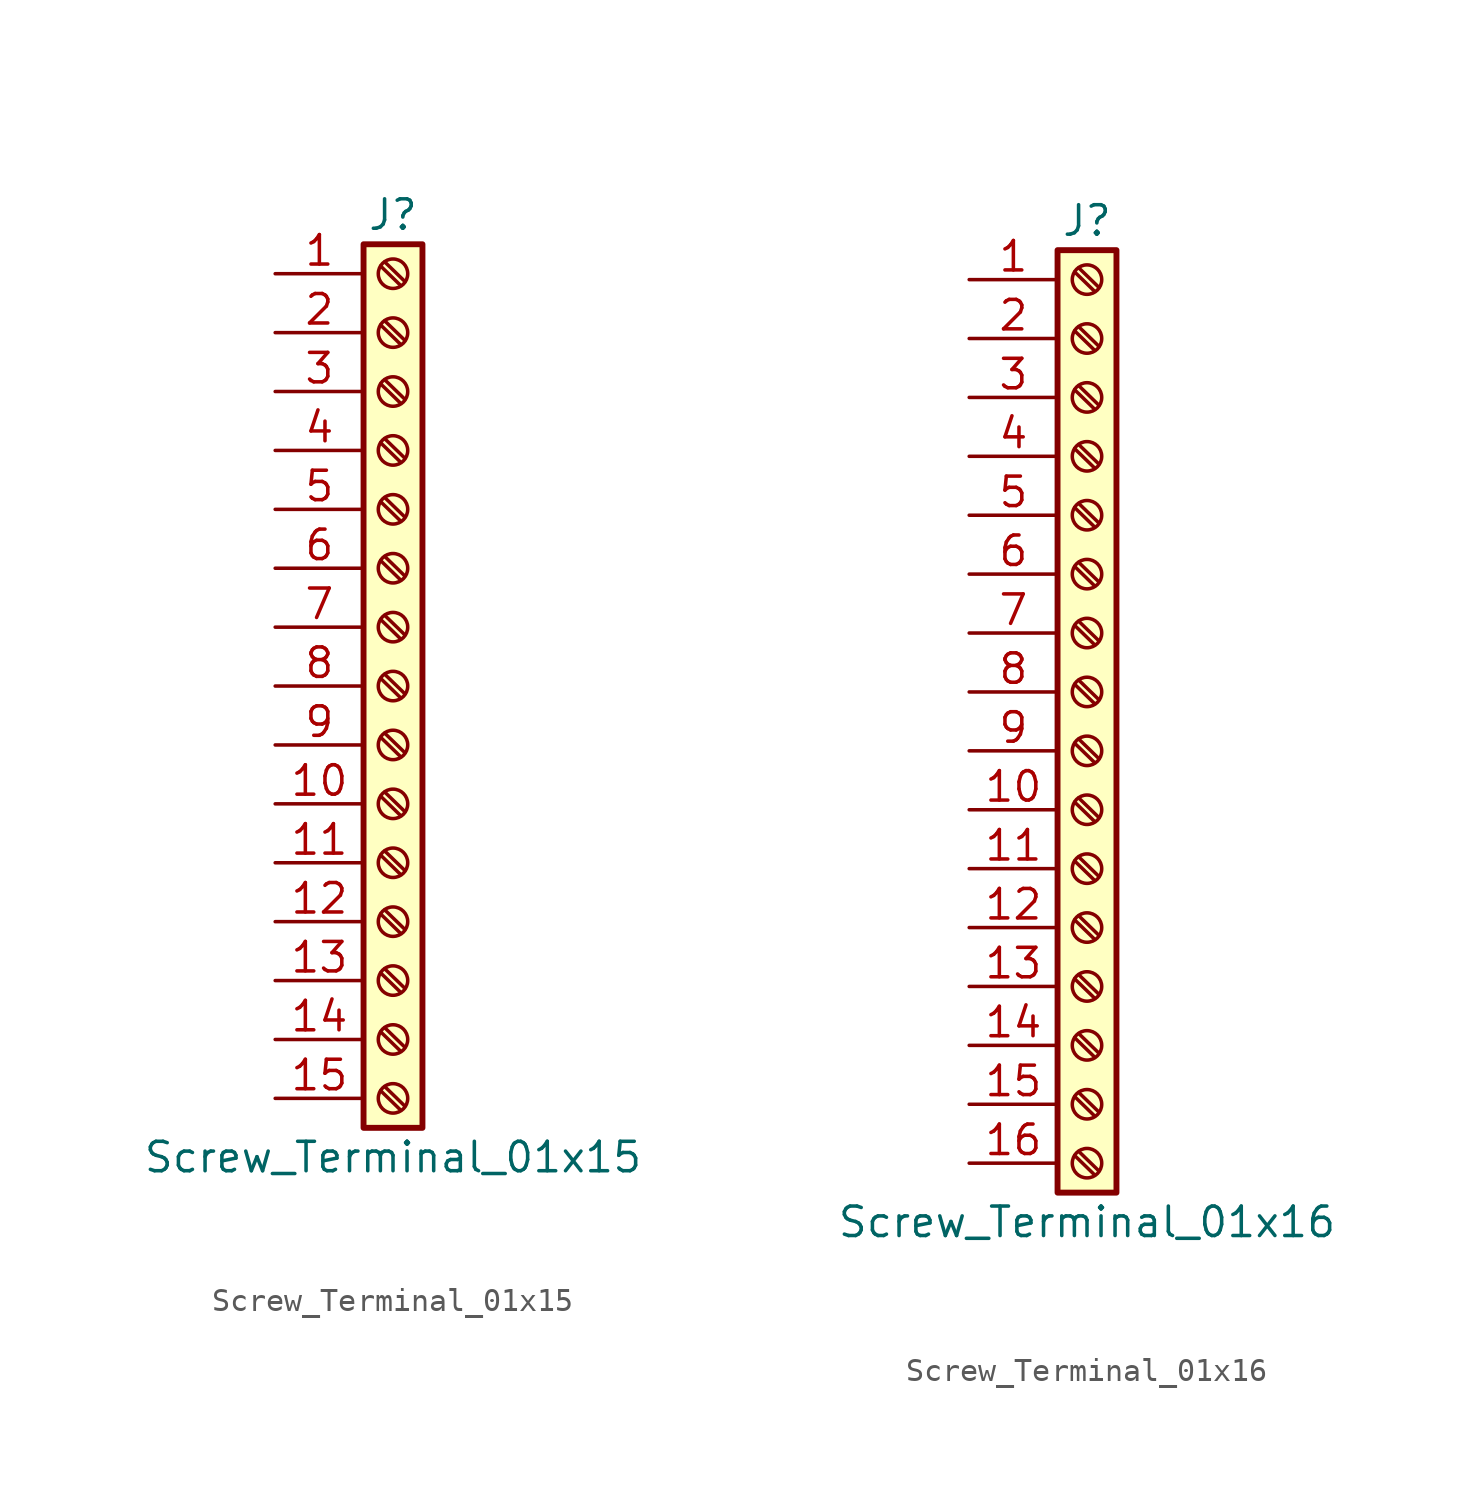
<source format=kicad_sym>
(kicad_symbol_lib
  (version 20220914)
  (generator kicad_symbol_editor)
  (symbol "Screw_Terminal_01x15"
    (pin_names
      (offset 1.016) hide)
    (property "Reference" "J"
      (at 0 20.32 0)
      (effects (font (size 1.27 1.27))))
    (property "Value" "Screw_Terminal_01x15"
      (at 0 -20.32 0)
      (effects (font (size 1.27 1.27))))
    (symbol "Screw_Terminal_01x15_1_1"
      (rectangle (start -1.27 19.05) (end 1.27 -19.05) (stroke (width 0.254) (type solid)) (fill (type background)))
      (circle (center 0 -17.78) (radius 0.635) (stroke (width 0.152) (type solid)) (fill (type none)))
      (circle (center 0 -15.24) (radius 0.635) (stroke (width 0.152) (type solid)) (fill (type none)))
      (circle (center 0 -12.7) (radius 0.635) (stroke (width 0.152) (type solid)) (fill (type none)))
      (circle (center 0 -10.16) (radius 0.635) (stroke (width 0.152) (type solid)) (fill (type none)))
      (circle (center 0 -7.62) (radius 0.635) (stroke (width 0.152) (type solid)) (fill (type none)))
      (circle (center 0 -5.08) (radius 0.635) (stroke (width 0.152) (type solid)) (fill (type none)))
      (circle (center 0 -2.54) (radius 0.635) (stroke (width 0.152) (type solid)) (fill (type none)))
      (polyline (pts (xy -0.533 -17.45) (xy 0.33 -18.288)) (stroke (width 0.152) (type solid)) (fill (type none)))
      (polyline (pts (xy -0.533 -14.91) (xy 0.33 -15.748)) (stroke (width 0.152) (type solid)) (fill (type none)))
      (polyline (pts (xy -0.533 -12.37) (xy 0.33 -13.208)) (stroke (width 0.152) (type solid)) (fill (type none)))
      (polyline (pts (xy -0.533 -9.83) (xy 0.33 -10.668)) (stroke (width 0.152) (type solid)) (fill (type none)))
      (polyline (pts (xy -0.533 -7.29) (xy 0.33 -8.128)) (stroke (width 0.152) (type solid)) (fill (type none)))
      (polyline (pts (xy -0.533 -4.75) (xy 0.33 -5.588)) (stroke (width 0.152) (type solid)) (fill (type none)))
      (polyline (pts (xy -0.533 -2.21) (xy 0.33 -3.048)) (stroke (width 0.152) (type solid)) (fill (type none)))
      (polyline (pts (xy -0.533 0.33) (xy 0.33 -0.508)) (stroke (width 0.152) (type solid)) (fill (type none)))
      (polyline (pts (xy -0.533 2.87) (xy 0.33 2.032)) (stroke (width 0.152) (type solid)) (fill (type none)))
      (polyline (pts (xy -0.533 5.41) (xy 0.33 4.572)) (stroke (width 0.152) (type solid)) (fill (type none)))
      (polyline (pts (xy -0.533 7.95) (xy 0.33 7.112)) (stroke (width 0.152) (type solid)) (fill (type none)))
      (polyline (pts (xy -0.533 10.49) (xy 0.33 9.652)) (stroke (width 0.152) (type solid)) (fill (type none)))
      (polyline (pts (xy -0.533 13.03) (xy 0.33 12.192)) (stroke (width 0.152) (type solid)) (fill (type none)))
      (polyline (pts (xy -0.533 15.57) (xy 0.33 14.732)) (stroke (width 0.152) (type solid)) (fill (type none)))
      (polyline (pts (xy -0.533 18.11) (xy 0.33 17.272)) (stroke (width 0.152) (type solid)) (fill (type none)))
      (polyline (pts (xy -0.356 -17.272) (xy 0.508 -18.11)) (stroke (width 0.152) (type solid)) (fill (type none)))
      (polyline (pts (xy -0.356 -14.732) (xy 0.508 -15.57)) (stroke (width 0.152) (type solid)) (fill (type none)))
      (polyline (pts (xy -0.356 -12.192) (xy 0.508 -13.03)) (stroke (width 0.152) (type solid)) (fill (type none)))
      (polyline (pts (xy -0.356 -9.652) (xy 0.508 -10.49)) (stroke (width 0.152) (type solid)) (fill (type none)))
      (polyline (pts (xy -0.356 -7.112) (xy 0.508 -7.95)) (stroke (width 0.152) (type solid)) (fill (type none)))
      (polyline (pts (xy -0.356 -4.572) (xy 0.508 -5.41)) (stroke (width 0.152) (type solid)) (fill (type none)))
      (polyline (pts (xy -0.356 -2.032) (xy 0.508 -2.87)) (stroke (width 0.152) (type solid)) (fill (type none)))
      (polyline (pts (xy -0.356 0.508) (xy 0.508 -0.33)) (stroke (width 0.152) (type solid)) (fill (type none)))
      (polyline (pts (xy -0.356 3.048) (xy 0.508 2.21)) (stroke (width 0.152) (type solid)) (fill (type none)))
      (polyline (pts (xy -0.356 5.588) (xy 0.508 4.75)) (stroke (width 0.152) (type solid)) (fill (type none)))
      (polyline (pts (xy -0.356 8.128) (xy 0.508 7.29)) (stroke (width 0.152) (type solid)) (fill (type none)))
      (polyline (pts (xy -0.356 10.668) (xy 0.508 9.83)) (stroke (width 0.152) (type solid)) (fill (type none)))
      (polyline (pts (xy -0.356 13.208) (xy 0.508 12.37)) (stroke (width 0.152) (type solid)) (fill (type none)))
      (polyline (pts (xy -0.356 15.748) (xy 0.508 14.91)) (stroke (width 0.152) (type solid)) (fill (type none)))
      (polyline (pts (xy -0.356 18.288) (xy 0.508 17.45)) (stroke (width 0.152) (type solid)) (fill (type none)))
      (circle (center 0 0) (radius 0.635) (stroke (width 0.152) (type solid)) (fill (type none)))
      (circle (center 0 2.54) (radius 0.635) (stroke (width 0.152) (type solid)) (fill (type none)))
      (circle (center 0 5.08) (radius 0.635) (stroke (width 0.152) (type solid)) (fill (type none)))
      (circle (center 0 7.62) (radius 0.635) (stroke (width 0.152) (type solid)) (fill (type none)))
      (circle (center 0 10.16) (radius 0.635) (stroke (width 0.152) (type solid)) (fill (type none)))
      (circle (center 0 12.7) (radius 0.635) (stroke (width 0.152) (type solid)) (fill (type none)))
      (circle (center 0 15.24) (radius 0.635) (stroke (width 0.152) (type solid)) (fill (type none)))
      (circle (center 0 17.78) (radius 0.635) (stroke (width 0.152) (type solid)) (fill (type none)))
      (pin passive line (at -5.08 17.78 0) (length 3.81) (name "Pin_1" (effects (font (size 1.27 1.27)))) (number "1" (effects (font (size 1.27 1.27)))))
      (pin passive line (at -5.08 -5.08 0) (length 3.81) (name "Pin_10" (effects (font (size 1.27 1.27)))) (number "10" (effects (font (size 1.27 1.27)))))
      (pin passive line (at -5.08 -7.62 0) (length 3.81) (name "Pin_11" (effects (font (size 1.27 1.27)))) (number "11" (effects (font (size 1.27 1.27)))))
      (pin passive line (at -5.08 -10.16 0) (length 3.81) (name "Pin_12" (effects (font (size 1.27 1.27)))) (number "12" (effects (font (size 1.27 1.27)))))
      (pin passive line (at -5.08 -12.7 0) (length 3.81) (name "Pin_13" (effects (font (size 1.27 1.27)))) (number "13" (effects (font (size 1.27 1.27)))))
      (pin passive line (at -5.08 -15.24 0) (length 3.81) (name "Pin_14" (effects (font (size 1.27 1.27)))) (number "14" (effects (font (size 1.27 1.27)))))
      (pin passive line (at -5.08 -17.78 0) (length 3.81) (name "Pin_15" (effects (font (size 1.27 1.27)))) (number "15" (effects (font (size 1.27 1.27)))))
      (pin passive line (at -5.08 15.24 0) (length 3.81) (name "Pin_2" (effects (font (size 1.27 1.27)))) (number "2" (effects (font (size 1.27 1.27)))))
      (pin passive line (at -5.08 12.7 0) (length 3.81) (name "Pin_3" (effects (font (size 1.27 1.27)))) (number "3" (effects (font (size 1.27 1.27)))))
      (pin passive line (at -5.08 10.16 0) (length 3.81) (name "Pin_4" (effects (font (size 1.27 1.27)))) (number "4" (effects (font (size 1.27 1.27)))))
      (pin passive line (at -5.08 7.62 0) (length 3.81) (name "Pin_5" (effects (font (size 1.27 1.27)))) (number "5" (effects (font (size 1.27 1.27)))))
      (pin passive line (at -5.08 5.08 0) (length 3.81) (name "Pin_6" (effects (font (size 1.27 1.27)))) (number "6" (effects (font (size 1.27 1.27)))))
      (pin passive line (at -5.08 2.54 0) (length 3.81) (name "Pin_7" (effects (font (size 1.27 1.27)))) (number "7" (effects (font (size 1.27 1.27)))))
      (pin passive line (at -5.08 0 0) (length 3.81) (name "Pin_8" (effects (font (size 1.27 1.27)))) (number "8" (effects (font (size 1.27 1.27)))))
      (pin passive line (at -5.08 -2.54 0) (length 3.81) (name "Pin_9" (effects (font (size 1.27 1.27)))) (number "9" (effects (font (size 1.27 1.27)))))))
  (symbol "Screw_Terminal_01x16"
    (pin_names
      (offset 1.016) hide)
    (property "Reference" "J"
      (at 0 20.32 0)
      (effects (font (size 1.27 1.27))))
    (property "Value" "Screw_Terminal_01x16"
      (at 0 -22.86 0)
      (effects (font (size 1.27 1.27))))
    (symbol "Screw_Terminal_01x16_1_1"
      (rectangle (start -1.27 19.05) (end 1.27 -21.59) (stroke (width 0.254) (type solid)) (fill (type background)))
      (circle (center 0 -20.32) (radius 0.635) (stroke (width 0.152) (type solid)) (fill (type none)))
      (circle (center 0 -17.78) (radius 0.635) (stroke (width 0.152) (type solid)) (fill (type none)))
      (circle (center 0 -15.24) (radius 0.635) (stroke (width 0.152) (type solid)) (fill (type none)))
      (circle (center 0 -12.7) (radius 0.635) (stroke (width 0.152) (type solid)) (fill (type none)))
      (circle (center 0 -10.16) (radius 0.635) (stroke (width 0.152) (type solid)) (fill (type none)))
      (circle (center 0 -7.62) (radius 0.635) (stroke (width 0.152) (type solid)) (fill (type none)))
      (circle (center 0 -5.08) (radius 0.635) (stroke (width 0.152) (type solid)) (fill (type none)))
      (circle (center 0 -2.54) (radius 0.635) (stroke (width 0.152) (type solid)) (fill (type none)))
      (polyline (pts (xy -0.533 -19.99) (xy 0.33 -20.828)) (stroke (width 0.152) (type solid)) (fill (type none)))
      (polyline (pts (xy -0.533 -17.45) (xy 0.33 -18.288)) (stroke (width 0.152) (type solid)) (fill (type none)))
      (polyline (pts (xy -0.533 -14.91) (xy 0.33 -15.748)) (stroke (width 0.152) (type solid)) (fill (type none)))
      (polyline (pts (xy -0.533 -12.37) (xy 0.33 -13.208)) (stroke (width 0.152) (type solid)) (fill (type none)))
      (polyline (pts (xy -0.533 -9.83) (xy 0.33 -10.668)) (stroke (width 0.152) (type solid)) (fill (type none)))
      (polyline (pts (xy -0.533 -7.29) (xy 0.33 -8.128)) (stroke (width 0.152) (type solid)) (fill (type none)))
      (polyline (pts (xy -0.533 -4.75) (xy 0.33 -5.588)) (stroke (width 0.152) (type solid)) (fill (type none)))
      (polyline (pts (xy -0.533 -2.21) (xy 0.33 -3.048)) (stroke (width 0.152) (type solid)) (fill (type none)))
      (polyline (pts (xy -0.533 0.33) (xy 0.33 -0.508)) (stroke (width 0.152) (type solid)) (fill (type none)))
      (polyline (pts (xy -0.533 2.87) (xy 0.33 2.032)) (stroke (width 0.152) (type solid)) (fill (type none)))
      (polyline (pts (xy -0.533 5.41) (xy 0.33 4.572)) (stroke (width 0.152) (type solid)) (fill (type none)))
      (polyline (pts (xy -0.533 7.95) (xy 0.33 7.112)) (stroke (width 0.152) (type solid)) (fill (type none)))
      (polyline (pts (xy -0.533 10.49) (xy 0.33 9.652)) (stroke (width 0.152) (type solid)) (fill (type none)))
      (polyline (pts (xy -0.533 13.03) (xy 0.33 12.192)) (stroke (width 0.152) (type solid)) (fill (type none)))
      (polyline (pts (xy -0.533 15.57) (xy 0.33 14.732)) (stroke (width 0.152) (type solid)) (fill (type none)))
      (polyline (pts (xy -0.533 18.11) (xy 0.33 17.272)) (stroke (width 0.152) (type solid)) (fill (type none)))
      (polyline (pts (xy -0.356 -19.812) (xy 0.508 -20.65)) (stroke (width 0.152) (type solid)) (fill (type none)))
      (polyline (pts (xy -0.356 -17.272) (xy 0.508 -18.11)) (stroke (width 0.152) (type solid)) (fill (type none)))
      (polyline (pts (xy -0.356 -14.732) (xy 0.508 -15.57)) (stroke (width 0.152) (type solid)) (fill (type none)))
      (polyline (pts (xy -0.356 -12.192) (xy 0.508 -13.03)) (stroke (width 0.152) (type solid)) (fill (type none)))
      (polyline (pts (xy -0.356 -9.652) (xy 0.508 -10.49)) (stroke (width 0.152) (type solid)) (fill (type none)))
      (polyline (pts (xy -0.356 -7.112) (xy 0.508 -7.95)) (stroke (width 0.152) (type solid)) (fill (type none)))
      (polyline (pts (xy -0.356 -4.572) (xy 0.508 -5.41)) (stroke (width 0.152) (type solid)) (fill (type none)))
      (polyline (pts (xy -0.356 -2.032) (xy 0.508 -2.87)) (stroke (width 0.152) (type solid)) (fill (type none)))
      (polyline (pts (xy -0.356 0.508) (xy 0.508 -0.33)) (stroke (width 0.152) (type solid)) (fill (type none)))
      (polyline (pts (xy -0.356 3.048) (xy 0.508 2.21)) (stroke (width 0.152) (type solid)) (fill (type none)))
      (polyline (pts (xy -0.356 5.588) (xy 0.508 4.75)) (stroke (width 0.152) (type solid)) (fill (type none)))
      (polyline (pts (xy -0.356 8.128) (xy 0.508 7.29)) (stroke (width 0.152) (type solid)) (fill (type none)))
      (polyline (pts (xy -0.356 10.668) (xy 0.508 9.83)) (stroke (width 0.152) (type solid)) (fill (type none)))
      (polyline (pts (xy -0.356 13.208) (xy 0.508 12.37)) (stroke (width 0.152) (type solid)) (fill (type none)))
      (polyline (pts (xy -0.356 15.748) (xy 0.508 14.91)) (stroke (width 0.152) (type solid)) (fill (type none)))
      (polyline (pts (xy -0.356 18.288) (xy 0.508 17.45)) (stroke (width 0.152) (type solid)) (fill (type none)))
      (circle (center 0 0) (radius 0.635) (stroke (width 0.152) (type solid)) (fill (type none)))
      (circle (center 0 2.54) (radius 0.635) (stroke (width 0.152) (type solid)) (fill (type none)))
      (circle (center 0 5.08) (radius 0.635) (stroke (width 0.152) (type solid)) (fill (type none)))
      (circle (center 0 7.62) (radius 0.635) (stroke (width 0.152) (type solid)) (fill (type none)))
      (circle (center 0 10.16) (radius 0.635) (stroke (width 0.152) (type solid)) (fill (type none)))
      (circle (center 0 12.7) (radius 0.635) (stroke (width 0.152) (type solid)) (fill (type none)))
      (circle (center 0 15.24) (radius 0.635) (stroke (width 0.152) (type solid)) (fill (type none)))
      (circle (center 0 17.78) (radius 0.635) (stroke (width 0.152) (type solid)) (fill (type none)))
      (pin passive line (at -5.08 17.78 0) (length 3.81) (name "Pin_1" (effects (font (size 1.27 1.27)))) (number "1" (effects (font (size 1.27 1.27)))))
      (pin passive line (at -5.08 -5.08 0) (length 3.81) (name "Pin_10" (effects (font (size 1.27 1.27)))) (number "10" (effects (font (size 1.27 1.27)))))
      (pin passive line (at -5.08 -7.62 0) (length 3.81) (name "Pin_11" (effects (font (size 1.27 1.27)))) (number "11" (effects (font (size 1.27 1.27)))))
      (pin passive line (at -5.08 -10.16 0) (length 3.81) (name "Pin_12" (effects (font (size 1.27 1.27)))) (number "12" (effects (font (size 1.27 1.27)))))
      (pin passive line (at -5.08 -12.7 0) (length 3.81) (name "Pin_13" (effects (font (size 1.27 1.27)))) (number "13" (effects (font (size 1.27 1.27)))))
      (pin passive line (at -5.08 -15.24 0) (length 3.81) (name "Pin_14" (effects (font (size 1.27 1.27)))) (number "14" (effects (font (size 1.27 1.27)))))
      (pin passive line (at -5.08 -17.78 0) (length 3.81) (name "Pin_15" (effects (font (size 1.27 1.27)))) (number "15" (effects (font (size 1.27 1.27)))))
      (pin passive line (at -5.08 -20.32 0) (length 3.81) (name "Pin_16" (effects (font (size 1.27 1.27)))) (number "16" (effects (font (size 1.27 1.27)))))
      (pin passive line (at -5.08 15.24 0) (length 3.81) (name "Pin_2" (effects (font (size 1.27 1.27)))) (number "2" (effects (font (size 1.27 1.27)))))
      (pin passive line (at -5.08 12.7 0) (length 3.81) (name "Pin_3" (effects (font (size 1.27 1.27)))) (number "3" (effects (font (size 1.27 1.27)))))
      (pin passive line (at -5.08 10.16 0) (length 3.81) (name "Pin_4" (effects (font (size 1.27 1.27)))) (number "4" (effects (font (size 1.27 1.27)))))
      (pin passive line (at -5.08 7.62 0) (length 3.81) (name "Pin_5" (effects (font (size 1.27 1.27)))) (number "5" (effects (font (size 1.27 1.27)))))
      (pin passive line (at -5.08 5.08 0) (length 3.81) (name "Pin_6" (effects (font (size 1.27 1.27)))) (number "6" (effects (font (size 1.27 1.27)))))
      (pin passive line (at -5.08 2.54 0) (length 3.81) (name "Pin_7" (effects (font (size 1.27 1.27)))) (number "7" (effects (font (size 1.27 1.27)))))
      (pin passive line (at -5.08 0 0) (length 3.81) (name "Pin_8" (effects (font (size 1.27 1.27)))) (number "8" (effects (font (size 1.27 1.27)))))
      (pin passive line (at -5.08 -2.54 0) (length 3.81) (name "Pin_9" (effects (font (size 1.27 1.27)))) (number "9" (effects (font (size 1.27 1.27))))))))
</source>
